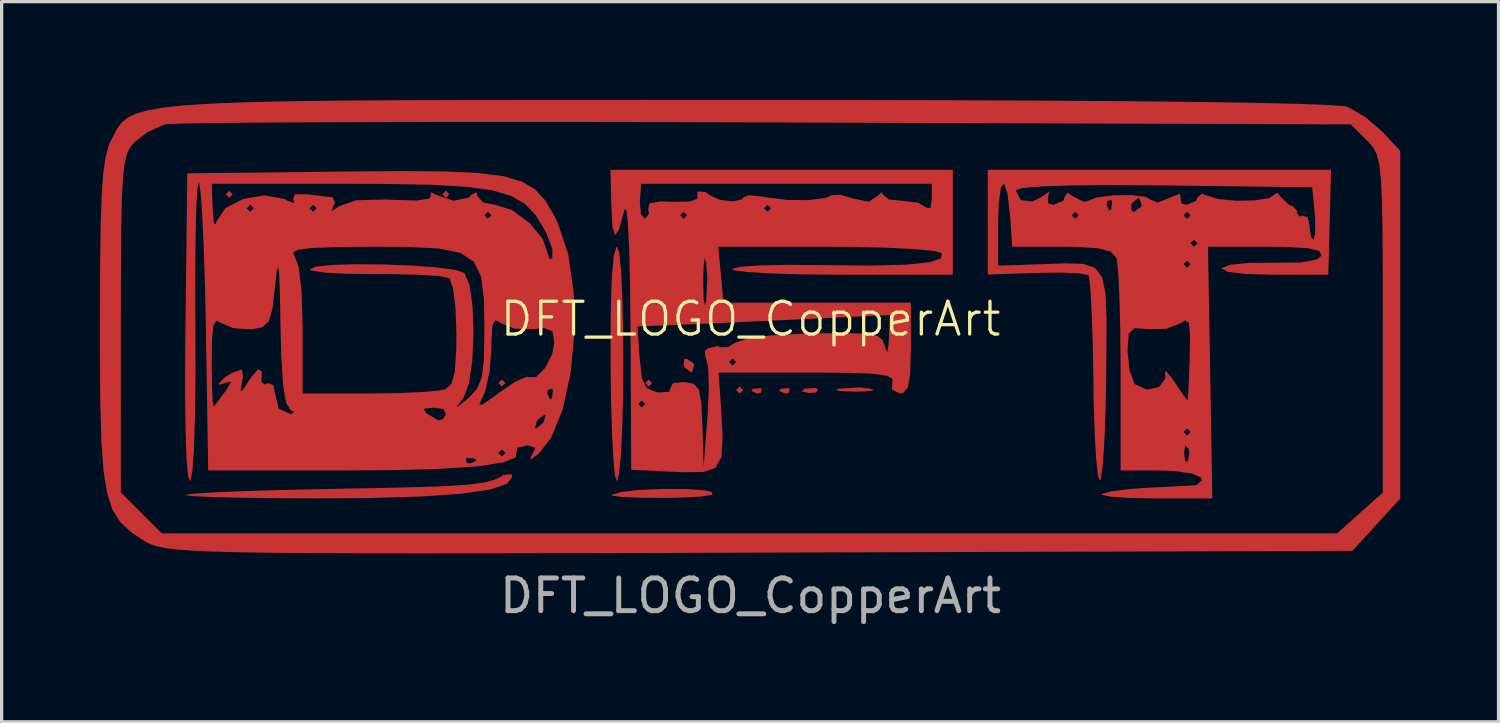
<source format=kicad_pcb>
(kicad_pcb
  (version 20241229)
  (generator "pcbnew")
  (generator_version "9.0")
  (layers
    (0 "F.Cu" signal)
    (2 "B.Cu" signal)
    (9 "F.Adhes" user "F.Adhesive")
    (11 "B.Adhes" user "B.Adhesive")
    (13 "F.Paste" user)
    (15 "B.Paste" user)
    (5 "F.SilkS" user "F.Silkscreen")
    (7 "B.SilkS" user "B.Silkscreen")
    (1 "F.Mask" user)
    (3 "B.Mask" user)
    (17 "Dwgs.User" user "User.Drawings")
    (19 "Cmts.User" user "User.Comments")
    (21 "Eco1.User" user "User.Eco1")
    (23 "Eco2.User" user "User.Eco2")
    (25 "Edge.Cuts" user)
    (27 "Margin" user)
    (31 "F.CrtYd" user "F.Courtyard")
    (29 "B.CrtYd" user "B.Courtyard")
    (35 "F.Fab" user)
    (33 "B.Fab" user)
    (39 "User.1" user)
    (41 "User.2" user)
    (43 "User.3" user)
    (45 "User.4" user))
  (footprint "DFT_LOGO_CopperArt"
    (layer "F.Cu")
    (at 19.865 7.19)
    (property "Reference" "DFT_LOGO_CopperArt" (at 0 -0.5 0) (unlocked yes) (layer "F.SilkS") (effects (font (size 1 1) (thickness 0.1))))
    (attr through_hole)
    (fp_poly (pts (xy -15.81 -4.308) (xy -15.917 -4.201) (xy -16.023 -4.308) (xy -15.917 -4.415)) (stroke (width 0) (type solid)) (fill yes) (layer "F.Cu"))
    (fp_poly (pts (xy -9.193 -4.308) (xy -9.3 -4.201) (xy -9.407 -4.308) (xy -9.3 -4.415)) (stroke (width 0) (type solid)) (fill yes) (layer "F.Cu"))
    (fp_poly (pts (xy -7.486 1.455) (xy -7.592 1.562) (xy -7.699 1.455) (xy -7.592 1.348)) (stroke (width 0) (type solid)) (fill yes) (layer "F.Cu"))
    (fp_poly (pts (xy -3.003 1.455) (xy -3.11 1.562) (xy -3.217 1.455) (xy -3.11 1.348)) (stroke (width 0) (type solid)) (fill yes) (layer "F.Cu"))
    (fp_poly (pts (xy -0.228 1.669) (xy -0.335 1.775) (xy -0.442 1.669) (xy -0.335 1.562)) (stroke (width 0) (type solid)) (fill yes) (layer "F.Cu"))
    (fp_poly (pts (xy 0.341 1.633) (xy 0.312 1.76) (xy 0.199 1.775) (xy 0.023 1.697) (xy 0.056 1.633) (xy 0.31 1.608)) (stroke (width 0) (type solid)) (fill yes) (layer "F.Cu"))
    (fp_poly (pts (xy 1.195 1.633) (xy 1.165 1.76) (xy 1.052 1.775) (xy 0.877 1.697) (xy 0.91 1.633) (xy 1.163 1.608)) (stroke (width 0) (type solid)) (fill yes) (layer "F.Cu"))
    (fp_poly (pts (xy 2.062 1.646) (xy 1.998 1.743) (xy 1.782 1.759) (xy 1.554 1.706) (xy 1.653 1.63) (xy 1.986 1.604)) (stroke (width 0) (type solid)) (fill yes) (layer "F.Cu"))
    (fp_poly (pts (xy -1.731 0.863) (xy -1.722 0.922) (xy -1.795 1.129) (xy -1.817 1.135) (xy -1.999 0.985) (xy -2.043 0.922) (xy -2.026 0.725) (xy -1.949 0.708)) (stroke (width 0) (type solid)) (fill yes) (layer "F.Cu"))
    (fp_poly (pts (xy 3.667 1.625) (xy 3.768 1.678) (xy 3.5 1.711) (xy 3.187 1.717) (xy 2.725 1.701) (xy 2.598 1.658) (xy 2.707 1.625) (xy 3.328 1.589)) (stroke (width 0) (type solid)) (fill yes) (layer "F.Cu"))
    (fp_poly (pts (xy -1.961 4.689) (xy -1.399 4.732) (xy -1.189 4.78) (xy -1.16 4.863) (xy -1.524 4.923) (xy -2.244 4.957) (xy -2.558 4.962) (xy -3.358 4.957) (xy -3.947 4.932) (xy -4.237 4.89) (xy -4.249 4.871) (xy -3.958 4.781) (xy -3.384 4.718) (xy -2.67 4.686)) (stroke (width 0) (type solid)) (fill yes) (layer "F.Cu"))
    (fp_poly (pts (xy -4.007 -2.508) (xy -3.952 -1.967) (xy -3.914 -1.17) (xy -3.891 -0.201) (xy -3.885 0.854) (xy -3.895 1.911) (xy -3.92 2.885) (xy -3.961 3.69) (xy -4.017 4.241) (xy -4.083 4.451) (xy -4.139 4.284) (xy -4.189 3.757) (xy -4.231 2.936) (xy -4.261 1.888) (xy -4.273 0.923) (xy -4.271 -0.583) (xy -4.24 -1.695) (xy -4.182 -2.404) (xy -4.097 -2.699) (xy -4.077 -2.707)) (stroke (width 0) (type solid)) (fill yes) (layer "F.Cu"))
    (fp_poly (pts (xy -7.272 4.314) (xy -7.437 4.532) (xy -7.944 4.705) (xy -8.811 4.833) (xy -10.056 4.919) (xy -11.695 4.966) (xy -13.124 4.976) (xy -14.41 4.971) (xy -15.529 4.957) (xy -16.42 4.936) (xy -17.019 4.908) (xy -17.266 4.876) (xy -17.268 4.87) (xy -17.031 4.834) (xy -16.433 4.795) (xy -15.539 4.757) (xy -14.414 4.722) (xy -13.124 4.693) (xy -12.803 4.687) (xy -11.253 4.658) (xy -10.071 4.629) (xy -9.198 4.595) (xy -8.576 4.552) (xy -8.146 4.494) (xy -7.85 4.418) (xy -7.628 4.318) (xy -7.539 4.265) (xy -7.306 4.23)) (stroke (width 0) (type solid)) (fill yes) (layer "F.Cu"))
    (fp_poly (pts (xy -0.146 -7.189) (xy 3.25 -7.187) (xy 6.337 -7.179) (xy 9.1 -7.167) (xy 11.526 -7.15) (xy 13.601 -7.128) (xy 15.312 -7.102) (xy 16.644 -7.072) (xy 17.584 -7.037) (xy 18.118 -6.999) (xy 18.229 -6.978) (xy 18.765 -6.67) (xy 19.293 -6.218) (xy 19.31 -6.2) (xy 19.836 -5.633) (xy 19.836 -0.325) (xy 19.836 4.983) (xy 19.105 5.781) (xy 18.374 6.578) (xy 0.268 6.632) (xy -2.931 6.642) (xy -5.73 6.649) (xy -8.159 6.654) (xy -10.244 6.655) (xy -12.013 6.653) (xy -13.494 6.647) (xy -14.715 6.636) (xy -15.704 6.619) (xy -16.488 6.597) (xy -17.095 6.568) (xy -17.553 6.533) (xy -17.89 6.49) (xy -18.133 6.439) (xy -18.31 6.379) (xy -18.45 6.31) (xy -18.521 6.268) (xy -18.922 6) (xy -19.235 5.71) (xy -19.47 5.344) (xy -19.638 4.847) (xy -19.751 4.165) (xy -19.819 3.243) (xy -19.853 2.028) (xy -19.865 0.465) (xy -19.865 -0.343) (xy -19.225 -0.343) (xy -19.225 4.796) (xy -18.601 5.42) (xy -17.977 6.044) (xy -0.035 6.044) (xy 17.908 6.044) (xy 18.605 5.422) (xy 19.302 4.799) (xy 19.302 -0.335) (xy 19.301 -1.946) (xy 19.294 -3.184) (xy 19.278 -4.106) (xy 19.246 -4.767) (xy 19.195 -5.221) (xy 19.119 -5.524) (xy 19.014 -5.73) (xy 18.875 -5.896) (xy 18.816 -5.956) (xy 18.33 -6.442) (xy 0.459 -6.502) (xy -2.275 -6.51) (xy -4.894 -6.515) (xy -7.364 -6.516) (xy -9.653 -6.515) (xy -11.728 -6.511) (xy -13.559 -6.505) (xy -15.111 -6.496) (xy -16.353 -6.484) (xy -17.252 -6.47) (xy -17.776 -6.454) (xy -17.896 -6.443) (xy -18.422 -6.2) (xy -18.804 -5.903) (xy -18.936 -5.748) (xy -19.038 -5.544) (xy -19.112 -5.237) (xy -19.164 -4.774) (xy -19.197 -4.098) (xy -19.215 -3.157) (xy -19.223 -1.894) (xy -19.225 -0.343) (xy -19.865 -0.343) (xy -19.865 -0.359) (xy -19.86 -2.02) (xy -19.843 -3.308) (xy -19.811 -4.277) (xy -19.76 -4.981) (xy -19.687 -5.473) (xy -19.59 -5.809) (xy -19.542 -5.916) (xy -19.431 -6.137) (xy -19.326 -6.331) (xy -19.199 -6.5) (xy -19.023 -6.645) (xy -18.77 -6.768) (xy -18.414 -6.871) (xy -17.928 -6.956) (xy -17.284 -7.024) (xy -16.455 -7.078) (xy -15.415 -7.118) (xy -14.136 -7.148) (xy -12.59 -7.168) (xy -10.752 -7.18) (xy -8.594 -7.187) (xy -6.088 -7.189) (xy -3.208 -7.19)) (stroke (width 0) (type solid)) (fill yes) (layer "F.Cu"))
    (fp_poly (pts (xy 6.175 -3.454) (xy 6.175 -1.853) (xy 2.747 -1.853) (xy 1.602 -1.863) (xy 0.633 -1.892) (xy -0.092 -1.935) (xy -0.505 -1.988) (xy -0.572 -2.029) (xy -0.329 -2.092) (xy 0.255 -2.135) (xy 1.093 -2.155) (xy 2.101 -2.148) (xy 2.162 -2.147) (xy 3.659 -2.131) (xy 4.753 -2.159) (xy 5.466 -2.233) (xy 5.818 -2.355) (xy 5.844 -2.511) (xy 5.6 -2.578) (xy 5.004 -2.635) (xy 4.133 -2.678) (xy 3.061 -2.703) (xy 2.368 -2.707) (xy -0.987 -2.707) (xy -0.905 -1.853) (xy -0.824 -0.999) (xy 2.035 -0.999) (xy 4.894 -0.999) (xy 4.894 0.388) (xy 4.875 1.156) (xy 4.805 1.583) (xy 4.661 1.757) (xy 4.551 1.775) (xy 4.309 1.644) (xy 4.331 1.455) (xy 4.329 1.322) (xy 4.161 1.231) (xy 3.766 1.174) (xy 3.082 1.145) (xy 2.048 1.135) (xy 1.739 1.135) (xy -0.975 1.135) (xy -0.904 2.163) (xy -0.851 3.114) (xy -0.888 3.715) (xy -1.068 4.042) (xy -1.443 4.171) (xy -2.067 4.177) (xy -2.309 4.166) (xy -3.643 4.103) (xy -3.654 2.096) (xy -3.43 2.096) (xy -3.323 2.202) (xy -3.217 2.096) (xy -3.323 1.989) (xy -3.43 2.096) (xy -3.654 2.096) (xy -3.665 -0.209) (xy -3.666 -0.274) (xy -3.45 -0.274) (xy -3.387 0.697) (xy -3.316 1.309) (xy -3.164 1.614) (xy -2.867 1.733) (xy -2.819 1.74) (xy -2.48 1.725) (xy -2.444 1.603) (xy -2.368 1.457) (xy -2.041 1.424) (xy -1.745 1.473) (xy -1.581 1.643) (xy -1.504 2.037) (xy -1.471 2.736) (xy -1.432 4.017) (xy -1.31 2.416) (xy -1.275 1.629) (xy -1.292 1.018) (xy -1.333 0.815) (xy -0.655 0.815) (xy -0.549 0.922) (xy -0.442 0.815) (xy -0.549 0.708) (xy -0.655 0.815) (xy -1.333 0.815) (xy -1.357 0.698) (xy -1.372 0.681) (xy -1.397 0.477) (xy -1.304 0.393) (xy -0.999 0.327) (xy -0.927 0.365) (xy -0.685 0.355) (xy -0.489 0.232) (xy -0.11 0.099) (xy 0.626 0) (xy 1.648 -0.056) (xy 1.921 -0.062) (xy 2.883 -0.071) (xy 3.5 -0.053) (xy 3.854 0.01) (xy 4.027 0.132) (xy 4.101 0.33) (xy 4.107 0.36) (xy 4.171 0.519) (xy 4.216 0.266) (xy 4.225 0.097) (xy 4.254 -0.621) (xy 1.212 -0.478) (xy 0.041 -0.424) (xy -1.046 -0.374) (xy -1.943 -0.334) (xy -2.545 -0.308) (xy -2.64 -0.305) (xy -3.45 -0.274) (xy -3.666 -0.274) (xy -3.68 -1.584) (xy -3.681 -1.64) (xy -1.445 -1.64) (xy -1.432 -1.113) (xy -1.397 -0.915) (xy -1.356 -1.053) (xy -1.32 -1.742) (xy -1.356 -2.227) (xy -1.403 -2.359) (xy -1.435 -2.117) (xy -1.445 -1.64) (xy -3.681 -1.64) (xy -3.707 -2.668) (xy -3.745 -3.428) (xy -3.792 -3.831) (xy -3.847 -3.845) (xy -3.854 -3.817) (xy -4.019 -3.224) (xy -4.138 -3.053) (xy -4.214 -3.303) (xy -4.252 -3.977) (xy -4.252 -3.98) (xy -4.255 -4.094) (xy -3.381 -4.094) (xy -3.345 -3.695) (xy -3.221 -3.561) (xy -3.136 -3.668) (xy -2.149 -3.668) (xy -2.043 -3.561) (xy -1.936 -3.668) (xy -2.043 -3.774) (xy -2.149 -3.668) (xy -3.136 -3.668) (xy -3.099 -3.715) (xy -3.126 -3.847) (xy -3.12 -3.881) (xy 0.412 -3.881) (xy 0.519 -3.774) (xy 0.625 -3.881) (xy 0.519 -3.988) (xy 0.412 -3.881) (xy -3.12 -3.881) (xy -3.09 -4.03) (xy -2.744 -4.091) (xy -2.371 -4.079) (xy -1.86 -4.086) (xy -1.623 -4.172) (xy -1.627 -4.219) (xy -1.617 -4.392) (xy -1.395 -4.384) (xy -1.22 -4.268) (xy -0.925 -4.133) (xy -0.534 -4.092) (xy -0.259 -4.156) (xy -0.228 -4.214) (xy -0.047 -4.28) (xy 0.396 -4.235) (xy 0.465 -4.22) (xy 1.117 -4.135) (xy 1.786 -4.13) (xy 2.306 -4.2) (xy 2.486 -4.283) (xy 2.739 -4.293) (xy 3.138 -4.179) (xy 3.611 -4.081) (xy 3.859 -4.246) (xy 4.01 -4.375) (xy 4.037 -4.301) (xy 4.223 -4.15) (xy 4.628 -4.109) (xy 5.114 -4.053) (xy 5.371 -3.903) (xy 5.492 -3.884) (xy 5.531 -4.148) (xy 5.535 -4.628) (xy 1.099 -4.628) (xy -3.337 -4.628) (xy -3.381 -4.094) (xy -4.255 -4.094) (xy -4.276 -5.055) (xy 0.949 -5.055) (xy 6.175 -5.055)) (stroke (width 0) (type solid)) (fill yes) (layer "F.Cu"))
    (fp_poly (pts (xy 17.681 -3.454) (xy 17.639 -1.853) (xy 15.95 -1.853) (xy 15.096 -1.877) (xy 14.556 -1.943) (xy 14.382 -2.046) (xy 14.388 -2.059) (xy 14.651 -2.157) (xy 15.216 -2.215) (xy 15.93 -2.219) (xy 16.809 -2.226) (xy 17.302 -2.32) (xy 17.434 -2.44) (xy 17.364 -2.578) (xy 17.007 -2.663) (xy 16.308 -2.702) (xy 15.744 -2.707) (xy 13.966 -2.708) (xy 14.033 1.135) (xy 14.099 4.977) (xy 12.343 4.977) (xy 11.558 4.963) (xy 10.987 4.924) (xy 10.721 4.868) (xy 10.718 4.846) (xy 10.987 4.765) (xy 11.547 4.692) (xy 12.087 4.653) (xy 12.811 4.617) (xy 13.379 4.586) (xy 13.605 4.571) (xy 13.782 4.433) (xy 13.752 4.337) (xy 13.481 4.218) (xy 12.925 4.14) (xy 12.459 4.123) (xy 11.298 4.123) (xy 11.298 3.572) (xy 13.236 3.572) (xy 13.275 3.849) (xy 13.348 3.852) (xy 13.399 3.566) (xy 13.365 3.443) (xy 13.27 3.362) (xy 13.236 3.572) (xy 11.298 3.572) (xy 11.298 2.949) (xy 13.219 2.949) (xy 13.325 3.056) (xy 13.432 2.949) (xy 13.325 2.843) (xy 13.219 2.949) (xy 11.298 2.949) (xy 11.298 1.046) (xy 11.293 0.489) (xy 11.511 0.489) (xy 11.571 1.067) (xy 11.718 1.465) (xy 11.743 1.495) (xy 12.103 1.655) (xy 12.468 1.577) (xy 12.665 1.322) (xy 12.653 1.167) (xy 12.675 1.08) (xy 12.869 1.311) (xy 12.931 1.402) (xy 13.2 1.8) (xy 13.34 1.987) (xy 13.343 1.989) (xy 13.362 1.795) (xy 13.386 1.289) (xy 13.408 0.676) (xy 13.417 -0.033) (xy 13.379 -0.389) (xy 13.272 -0.463) (xy 13.121 -0.367) (xy 12.684 -0.2) (xy 12.153 -0.191) (xy 11.729 -0.221) (xy 11.55 -0.067) (xy 11.511 0.384) (xy 11.511 0.489) (xy 11.293 0.489) (xy 11.289 -0.08) (xy 11.265 -1.071) (xy 11.23 -1.838) (xy 11.197 -2.173) (xy 13.219 -2.173) (xy 13.325 -2.067) (xy 13.432 -2.173) (xy 13.325 -2.28) (xy 13.219 -2.173) (xy 11.197 -2.173) (xy 11.185 -2.297) (xy 11.168 -2.369) (xy 10.999 -2.555) (xy 10.613 -2.66) (xy 9.924 -2.704) (xy 9.514 -2.707) (xy 7.989 -2.708) (xy 7.982 -2.814) (xy 13.432 -2.814) (xy 13.539 -2.707) (xy 13.646 -2.814) (xy 13.539 -2.92) (xy 13.432 -2.814) (xy 7.982 -2.814) (xy 7.927 -3.613) (xy 7.921 -3.668) (xy 9.804 -3.668) (xy 9.91 -3.561) (xy 10.017 -3.668) (xy 13.219 -3.668) (xy 13.325 -3.561) (xy 13.432 -3.668) (xy 13.325 -3.774) (xy 13.219 -3.668) (xy 10.017 -3.668) (xy 9.91 -3.774) (xy 9.804 -3.668) (xy 7.921 -3.668) (xy 7.845 -4.328) (xy 7.809 -4.431) (xy 8.096 -4.431) (xy 8.252 -4.13) (xy 8.61 -4.09) (xy 8.893 -4.236) (xy 9.127 -4.393) (xy 9.085 -4.254) (xy 9.086 -4.027) (xy 9.257 -3.988) (xy 10.871 -3.988) (xy 10.949 -3.812) (xy 11.013 -3.845) (xy 11.027 -3.988) (xy 11.618 -3.988) (xy 11.635 -3.791) (xy 11.712 -3.774) (xy 11.929 -3.929) (xy 11.938 -3.988) (xy 11.865 -4.196) (xy 11.844 -4.201) (xy 11.662 -4.052) (xy 11.618 -3.988) (xy 11.027 -3.988) (xy 11.039 -4.099) (xy 11.013 -4.13) (xy 10.886 -4.101) (xy 10.871 -3.988) (xy 9.257 -3.988) (xy 9.549 -4.112) (xy 9.59 -4.227) (xy 9.674 -4.358) (xy 9.877 -4.229) (xy 10.171 -4.077) (xy 10.269 -4.097) (xy 10.572 -4.213) (xy 11.086 -4.277) (xy 11.642 -4.284) (xy 12.07 -4.23) (xy 12.204 -4.149) (xy 12.429 -4.055) (xy 12.774 -4.192) (xy 13.107 -4.327) (xy 13.125 -4.222) (xy 13.158 -4.021) (xy 13.313 -3.988) (xy 13.605 -4.106) (xy 13.646 -4.214) (xy 13.782 -4.328) (xy 13.911 -4.276) (xy 14.288 -4.161) (xy 14.839 -4.11) (xy 15.409 -4.122) (xy 15.845 -4.195) (xy 15.997 -4.308) (xy 16.084 -4.355) (xy 16.181 -4.236) (xy 16.447 -3.98) (xy 16.551 -3.948) (xy 16.691 -3.794) (xy 16.682 -3.737) (xy 16.757 -3.627) (xy 16.842 -3.664) (xy 17.015 -3.603) (xy 17.061 -3.36) (xy 17.11 -3.006) (xy 17.182 -2.92) (xy 17.241 -3.108) (xy 17.237 -3.573) (xy 17.225 -3.721) (xy 17.147 -4.521) (xy 12.622 -4.579) (xy 11.061 -4.589) (xy 9.795 -4.578) (xy 8.856 -4.547) (xy 8.279 -4.496) (xy 8.096 -4.431) (xy 7.809 -4.431) (xy 7.742 -4.629) (xy 7.644 -4.524) (xy 7.576 -4.023) (xy 7.56 -3.475) (xy 7.558 -2.13) (xy 8.835 -2.172) (xy 9.605 -2.2) (xy 10.153 -2.184) (xy 10.517 -2.064) (xy 10.734 -1.78) (xy 10.839 -1.271) (xy 10.87 -0.478) (xy 10.863 0.661) (xy 10.859 1.161) (xy 10.839 2.28) (xy 10.802 3.241) (xy 10.753 3.965) (xy 10.694 4.376) (xy 10.666 4.438) (xy 10.605 4.275) (xy 10.55 3.756) (xy 10.505 2.953) (xy 10.474 1.937) (xy 10.467 1.411) (xy 10.448 0.298) (xy 10.418 -0.657) (xy 10.379 -1.376) (xy 10.335 -1.781) (xy 10.316 -1.839) (xy 10.058 -1.892) (xy 9.494 -1.917) (xy 8.745 -1.909) (xy 8.72 -1.909) (xy 7.242 -1.859) (xy 7.242 -3.457) (xy 7.242 -5.055) (xy 12.483 -5.055) (xy 17.723 -5.055)) (stroke (width 0) (type solid)) (fill yes) (layer "F.Cu"))
    (fp_poly (pts (xy -9.327 -5.006) (xy -8.298 -4.958) (xy -7.531 -4.858) (xy -6.974 -4.694) (xy -6.571 -4.453) (xy -6.268 -4.121) (xy -6.01 -3.685) (xy -5.882 -3.426) (xy -5.565 -2.467) (xy -5.4 -1.315) (xy -5.379 -0.076) (xy -5.492 1.148) (xy -5.732 2.25) (xy -6.09 3.128) (xy -6.463 3.605) (xy -6.721 3.796) (xy -6.717 3.721) (xy -6.693 3.689) (xy -6.566 3.431) (xy -6.8 3.361) (xy -6.841 3.361) (xy -7.123 3.432) (xy -7.137 3.529) (xy -7.173 3.725) (xy -7.562 3.88) (xy -8.319 3.996) (xy -9.46 4.073) (xy -10.999 4.115) (xy -12.356 4.123) (xy -16.559 4.123) (xy -16.564 3.768) (xy -8.695 3.768) (xy -8.666 3.894) (xy -8.553 3.91) (xy -8.377 3.832) (xy -8.41 3.768) (xy -8.664 3.742) (xy -8.695 3.768) (xy -16.564 3.768) (xy -16.567 3.59) (xy -7.699 3.59) (xy -7.592 3.696) (xy -7.486 3.59) (xy -7.592 3.483) (xy -7.699 3.59) (xy -16.567 3.59) (xy -16.58 2.829) (xy -6.579 2.829) (xy -6.55 2.843) (xy -6.355 2.692) (xy -6.312 2.629) (xy -6.257 2.43) (xy -6.286 2.416) (xy -6.481 2.566) (xy -6.525 2.629) (xy -6.579 2.829) (xy -16.58 2.829) (xy -16.612 0.824) (xy -16.45 0.824) (xy -16.442 1.532) (xy -16.421 2.02) (xy -16.391 2.186) (xy -16.39 2.184) (xy -16.228 1.963) (xy -16.016 1.681) (xy -15.857 1.415) (xy -15.97 1.427) (xy -16.206 1.509) (xy -16.237 1.475) (xy -16.074 1.298) (xy -15.831 1.146) (xy -15.538 1.039) (xy -15.494 1.241) (xy -15.524 1.406) (xy -15.575 1.708) (xy -15.498 1.665) (xy -15.297 1.348) (xy -15.039 1.032) (xy -14.917 1.106) (xy -14.936 1.418) (xy -14.832 1.498) (xy -14.748 1.458) (xy -14.571 1.516) (xy -14.529 1.727) (xy -14.405 2.235) (xy -14.043 2.4) (xy -14.013 2.399) (xy -13.948 2.328) (xy -14.049 2.274) (xy -14.071 2.239) (xy -9.98 2.239) (xy -9.912 2.362) (xy -9.833 2.416) (xy -9.529 2.597) (xy -9.391 2.556) (xy -9.3 2.416) (xy -9.371 2.254) (xy -9.661 2.206) (xy -9.98 2.239) (xy -14.071 2.239) (xy -14.179 2.063) (xy -14.271 1.528) (xy -14.328 0.63) (xy -14.352 -0.324) (xy -14.37 -1.315) (xy -14.393 -1.902) (xy -14.424 -2.107) (xy -14.465 -1.951) (xy -14.512 -1.533) (xy -14.595 -0.821) (xy -14.705 -0.429) (xy -14.9 -0.252) (xy -15.236 -0.184) (xy -15.236 -0.184) (xy -15.787 -0.218) (xy -16.143 -0.37) (xy -16.306 -0.448) (xy -16.399 -0.3) (xy -16.442 0.146) (xy -16.45 0.824) (xy -16.612 0.824) (xy -16.629 -0.199) (xy -16.657 -1.517) (xy -16.69 -2.529) (xy -13.969 -2.529) (xy -13.932 -2.451) (xy -13.795 -2.086) (xy -13.708 -1.343) (xy -13.675 -0.267) (xy -13.675 -0.21) (xy -13.675 1.775) (xy -11.665 1.775) (xy -10.748 1.762) (xy -9.971 1.727) (xy -9.447 1.675) (xy -9.317 1.646) (xy -9.134 1.48) (xy -9.029 1.102) (xy -8.984 0.426) (xy -8.98 -0.049) (xy -9.008 -0.829) (xy -9.082 -1.432) (xy -9.187 -1.74) (xy -9.201 -1.751) (xy -9.5 -1.809) (xy -10.119 -1.851) (xy -10.951 -1.872) (xy -11.442 -1.872) (xy -12.312 -1.881) (xy -12.993 -1.917) (xy -13.394 -1.975) (xy -13.462 -2.015) (xy -13.267 -2.1) (xy -12.75 -2.152) (xy -12.016 -2.173) (xy -11.168 -2.165) (xy -10.312 -2.131) (xy -9.55 -2.074) (xy -8.986 -1.995) (xy -8.733 -1.905) (xy -8.576 -1.527) (xy -8.485 -0.864) (xy -8.459 -0.053) (xy -8.496 0.769) (xy -8.597 1.465) (xy -8.759 1.898) (xy -8.762 1.902) (xy -8.965 2.172) (xy -8.914 2.163) (xy -8.84 2.101) (xy -8.281 2.101) (xy -8.204 2.123) (xy -7.873 1.896) (xy -7.714 1.775) (xy -6.205 1.775) (xy -6.127 1.951) (xy -6.063 1.918) (xy -6.037 1.664) (xy -6.063 1.633) (xy -6.189 1.662) (xy -6.205 1.775) (xy -7.714 1.775) (xy -7.654 1.73) (xy -7.175 1.409) (xy -6.843 1.266) (xy -6.775 1.276) (xy -6.546 1.272) (xy -6.274 0.996) (xy -6.058 0.578) (xy -5.991 0.227) (xy -6.047 -0.125) (xy -6.301 -0.223) (xy -6.634 -0.191) (xy -7.198 -0.205) (xy -7.594 -0.361) (xy -7.786 -0.465) (xy -7.881 -0.311) (xy -7.911 0.176) (xy -7.912 0.376) (xy -7.965 1.088) (xy -8.097 1.689) (xy -8.161 1.842) (xy -8.281 2.101) (xy -8.84 2.101) (xy -8.602 1.902) (xy -8.355 1.638) (xy -8.21 1.294) (xy -8.143 0.757) (xy -8.126 -0.087) (xy -8.126 -0.131) (xy -8.141 -1.1) (xy -8.226 -1.789) (xy -8.445 -2.246) (xy -8.859 -2.519) (xy -9.53 -2.655) (xy -10.52 -2.702) (xy -11.489 -2.707) (xy -12.63 -2.698) (xy -13.391 -2.669) (xy -13.822 -2.614) (xy -13.969 -2.529) (xy -16.69 -2.529) (xy -16.695 -2.688) (xy -16.74 -3.646) (xy -16.787 -4.323) (xy -16.831 -4.628) (xy -16.45 -4.628) (xy -16.421 -3.828) (xy -16.385 -3.428) (xy -16.327 -3.391) (xy -16.302 -3.486) (xy -16.18 -3.668) (xy -8.126 -3.668) (xy -8.019 -3.561) (xy -7.912 -3.668) (xy -8.019 -3.774) (xy -8.126 -3.668) (xy -16.18 -3.668) (xy -16.036 -3.881) (xy -15.383 -3.881) (xy -15.276 -3.774) (xy -15.17 -3.881) (xy -13.462 -3.881) (xy -13.355 -3.774) (xy -13.249 -3.881) (xy -13.355 -3.988) (xy -13.462 -3.881) (xy -15.17 -3.881) (xy -15.276 -3.988) (xy -15.383 -3.881) (xy -16.036 -3.881) (xy -16.03 -3.889) (xy -15.494 -4.166) (xy -14.847 -4.274) (xy -14.245 -4.17) (xy -14.118 -4.104) (xy -13.923 -4.036) (xy -13.966 -4.154) (xy -13.916 -4.31) (xy -13.519 -4.308) (xy -13.025 -4.246) (xy -12.756 -4.216) (xy -12.688 -4.061) (xy -12.743 -3.934) (xy -12.793 -3.788) (xy -12.569 -3.939) (xy -12.56 -3.946) (xy -12.047 -4.125) (xy -11.139 -4.151) (xy -10.925 -4.139) (xy -10.174 -4.119) (xy -9.797 -4.181) (xy -9.767 -4.267) (xy -9.762 -4.373) (xy -9.6 -4.293) (xy -9.067 -4.112) (xy -8.614 -4.204) (xy -8.503 -4.308) (xy -8.363 -4.37) (xy -8.343 -4.254) (xy -8.157 -4.055) (xy -7.795 -3.988) (xy -7.282 -3.827) (xy -6.749 -3.435) (xy -6.343 -2.943) (xy -6.205 -2.534) (xy -6.131 -2.328) (xy -6.054 -2.36) (xy -6.049 -2.625) (xy -6.223 -3.096) (xy -6.295 -3.238) (xy -6.566 -3.676) (xy -6.885 -4.012) (xy -7.31 -4.259) (xy -7.897 -4.431) (xy -8.704 -4.54) (xy -9.787 -4.6) (xy -11.206 -4.625) (xy -12.267 -4.628) (xy -16.45 -4.628) (xy -16.831 -4.628) (xy -16.835 -4.655) (xy -16.845 -4.674) (xy -16.885 -4.517) (xy -16.918 -3.992) (xy -16.941 -3.158) (xy -16.954 -2.075) (xy -16.954 -0.8) (xy -16.95 -0.247) (xy -16.946 1.218) (xy -16.961 2.471) (xy -16.993 3.461) (xy -17.04 4.136) (xy -17.1 4.444) (xy -17.11 4.455) (xy -17.174 4.292) (xy -17.222 3.735) (xy -17.252 2.815) (xy -17.264 1.566) (xy -17.256 0.02) (xy -17.254 -0.184) (xy -17.197 -4.948) (xy -12.395 -5.003) (xy -10.675 -5.017)) (stroke (width 0) (type solid)) (fill yes) (layer "F.Cu"))
    (fp_poly (pts (xy -15.81 -4.308) (xy -15.917 -4.201) (xy -16.023 -4.308) (xy -15.917 -4.415)) (stroke (width 0) (type solid)) (fill yes) (layer "F.Mask"))
    (fp_poly (pts (xy -9.193 -4.308) (xy -9.3 -4.201) (xy -9.407 -4.308) (xy -9.3 -4.415)) (stroke (width 0) (type solid)) (fill yes) (layer "F.Mask"))
    (fp_poly (pts (xy -7.486 1.455) (xy -7.592 1.562) (xy -7.699 1.455) (xy -7.592 1.348)) (stroke (width 0) (type solid)) (fill yes) (layer "F.Mask"))
    (fp_poly (pts (xy -3.003 1.455) (xy -3.11 1.562) (xy -3.217 1.455) (xy -3.11 1.348)) (stroke (width 0) (type solid)) (fill yes) (layer "F.Mask"))
    (fp_poly (pts (xy -0.228 1.669) (xy -0.335 1.775) (xy -0.442 1.669) (xy -0.335 1.562)) (stroke (width 0) (type solid)) (fill yes) (layer "F.Mask"))
    (fp_poly (pts (xy 0.341 1.633) (xy 0.312 1.76) (xy 0.199 1.775) (xy 0.023 1.697) (xy 0.056 1.633) (xy 0.31 1.608)) (stroke (width 0) (type solid)) (fill yes) (layer "F.Mask"))
    (fp_poly (pts (xy 1.195 1.633) (xy 1.165 1.76) (xy 1.052 1.775) (xy 0.877 1.697) (xy 0.91 1.633) (xy 1.163 1.608)) (stroke (width 0) (type solid)) (fill yes) (layer "F.Mask"))
    (fp_poly (pts (xy 2.062 1.646) (xy 1.998 1.743) (xy 1.782 1.759) (xy 1.554 1.706) (xy 1.653 1.63) (xy 1.986 1.604)) (stroke (width 0) (type solid)) (fill yes) (layer "F.Mask"))
    (fp_poly (pts (xy -1.731 0.863) (xy -1.722 0.922) (xy -1.795 1.129) (xy -1.817 1.135) (xy -1.999 0.985) (xy -2.043 0.922) (xy -2.026 0.725) (xy -1.949 0.708)) (stroke (width 0) (type solid)) (fill yes) (layer "F.Mask"))
    (fp_poly (pts (xy 3.667 1.625) (xy 3.768 1.678) (xy 3.5 1.711) (xy 3.187 1.717) (xy 2.725 1.701) (xy 2.598 1.658) (xy 2.707 1.625) (xy 3.328 1.589)) (stroke (width 0) (type solid)) (fill yes) (layer "F.Mask"))
    (fp_poly (pts (xy -1.961 4.689) (xy -1.399 4.732) (xy -1.189 4.78) (xy -1.16 4.863) (xy -1.524 4.923) (xy -2.244 4.957) (xy -2.558 4.962) (xy -3.358 4.957) (xy -3.947 4.932) (xy -4.237 4.89) (xy -4.249 4.871) (xy -3.958 4.781) (xy -3.384 4.718) (xy -2.67 4.686)) (stroke (width 0) (type solid)) (fill yes) (layer "F.Mask"))
    (fp_poly (pts (xy -4.007 -2.508) (xy -3.952 -1.967) (xy -3.914 -1.17) (xy -3.891 -0.201) (xy -3.885 0.854) (xy -3.895 1.911) (xy -3.92 2.885) (xy -3.961 3.69) (xy -4.017 4.241) (xy -4.083 4.451) (xy -4.139 4.284) (xy -4.189 3.757) (xy -4.231 2.936) (xy -4.261 1.888) (xy -4.273 0.923) (xy -4.271 -0.583) (xy -4.24 -1.695) (xy -4.182 -2.404) (xy -4.097 -2.699) (xy -4.077 -2.707)) (stroke (width 0) (type solid)) (fill yes) (layer "F.Mask"))
    (fp_poly (pts (xy -7.272 4.314) (xy -7.437 4.532) (xy -7.944 4.705) (xy -8.811 4.833) (xy -10.056 4.919) (xy -11.695 4.966) (xy -13.124 4.976) (xy -14.41 4.971) (xy -15.529 4.957) (xy -16.42 4.936) (xy -17.019 4.908) (xy -17.266 4.876) (xy -17.268 4.87) (xy -17.031 4.834) (xy -16.433 4.795) (xy -15.539 4.757) (xy -14.414 4.722) (xy -13.124 4.693) (xy -12.803 4.687) (xy -11.253 4.658) (xy -10.071 4.629) (xy -9.198 4.595) (xy -8.576 4.552) (xy -8.146 4.494) (xy -7.85 4.418) (xy -7.628 4.318) (xy -7.539 4.265) (xy -7.306 4.23)) (stroke (width 0) (type solid)) (fill yes) (layer "F.Mask"))
    (fp_poly (pts (xy -0.146 -7.189) (xy 3.25 -7.187) (xy 6.337 -7.179) (xy 9.1 -7.167) (xy 11.526 -7.15) (xy 13.601 -7.128) (xy 15.312 -7.102) (xy 16.644 -7.072) (xy 17.584 -7.037) (xy 18.118 -6.999) (xy 18.229 -6.978) (xy 18.765 -6.67) (xy 19.293 -6.218) (xy 19.31 -6.2) (xy 19.836 -5.633) (xy 19.836 -0.325) (xy 19.836 4.983) (xy 19.105 5.781) (xy 18.374 6.578) (xy 0.268 6.632) (xy -2.931 6.642) (xy -5.73 6.649) (xy -8.159 6.654) (xy -10.244 6.655) (xy -12.013 6.653) (xy -13.494 6.647) (xy -14.715 6.636) (xy -15.704 6.619) (xy -16.488 6.597) (xy -17.095 6.568) (xy -17.553 6.533) (xy -17.89 6.49) (xy -18.133 6.439) (xy -18.31 6.379) (xy -18.45 6.31) (xy -18.521 6.268) (xy -18.922 6) (xy -19.235 5.71) (xy -19.47 5.344) (xy -19.638 4.847) (xy -19.751 4.165) (xy -19.819 3.243) (xy -19.853 2.028) (xy -19.865 0.465) (xy -19.865 -0.343) (xy -19.225 -0.343) (xy -19.225 4.796) (xy -18.601 5.42) (xy -17.977 6.044) (xy -0.035 6.044) (xy 17.908 6.044) (xy 18.605 5.422) (xy 19.302 4.799) (xy 19.302 -0.335) (xy 19.301 -1.946) (xy 19.294 -3.184) (xy 19.278 -4.106) (xy 19.246 -4.767) (xy 19.195 -5.221) (xy 19.119 -5.524) (xy 19.014 -5.73) (xy 18.875 -5.896) (xy 18.816 -5.956) (xy 18.33 -6.442) (xy 0.459 -6.502) (xy -2.275 -6.51) (xy -4.894 -6.515) (xy -7.364 -6.516) (xy -9.653 -6.515) (xy -11.728 -6.511) (xy -13.559 -6.505) (xy -15.111 -6.496) (xy -16.353 -6.484) (xy -17.252 -6.47) (xy -17.776 -6.454) (xy -17.896 -6.443) (xy -18.422 -6.2) (xy -18.804 -5.903) (xy -18.936 -5.748) (xy -19.038 -5.544) (xy -19.112 -5.237) (xy -19.164 -4.774) (xy -19.197 -4.098) (xy -19.215 -3.157) (xy -19.223 -1.894) (xy -19.225 -0.343) (xy -19.865 -0.343) (xy -19.865 -0.359) (xy -19.86 -2.02) (xy -19.843 -3.308) (xy -19.811 -4.277) (xy -19.76 -4.981) (xy -19.687 -5.473) (xy -19.59 -5.809) (xy -19.542 -5.916) (xy -19.431 -6.137) (xy -19.326 -6.331) (xy -19.199 -6.5) (xy -19.023 -6.645) (xy -18.77 -6.768) (xy -18.414 -6.871) (xy -17.928 -6.956) (xy -17.284 -7.024) (xy -16.455 -7.078) (xy -15.415 -7.118) (xy -14.136 -7.148) (xy -12.59 -7.168) (xy -10.752 -7.18) (xy -8.594 -7.187) (xy -6.088 -7.189) (xy -3.208 -7.19)) (stroke (width 0) (type solid)) (fill yes) (layer "F.Mask"))
    (fp_poly (pts (xy 6.175 -3.454) (xy 6.175 -1.853) (xy 2.747 -1.853) (xy 1.602 -1.863) (xy 0.633 -1.892) (xy -0.092 -1.935) (xy -0.505 -1.988) (xy -0.572 -2.029) (xy -0.329 -2.092) (xy 0.255 -2.135) (xy 1.093 -2.155) (xy 2.101 -2.148) (xy 2.162 -2.147) (xy 3.659 -2.131) (xy 4.753 -2.159) (xy 5.466 -2.233) (xy 5.818 -2.355) (xy 5.844 -2.511) (xy 5.6 -2.578) (xy 5.004 -2.635) (xy 4.133 -2.678) (xy 3.061 -2.703) (xy 2.368 -2.707) (xy -0.987 -2.707) (xy -0.905 -1.853) (xy -0.824 -0.999) (xy 2.035 -0.999) (xy 4.894 -0.999) (xy 4.894 0.388) (xy 4.875 1.156) (xy 4.805 1.583) (xy 4.661 1.757) (xy 4.551 1.775) (xy 4.309 1.644) (xy 4.331 1.455) (xy 4.329 1.322) (xy 4.161 1.231) (xy 3.766 1.174) (xy 3.082 1.145) (xy 2.048 1.135) (xy 1.739 1.135) (xy -0.975 1.135) (xy -0.904 2.163) (xy -0.851 3.114) (xy -0.888 3.715) (xy -1.068 4.042) (xy -1.443 4.171) (xy -2.067 4.177) (xy -2.309 4.166) (xy -3.643 4.103) (xy -3.654 2.096) (xy -3.43 2.096) (xy -3.323 2.202) (xy -3.217 2.096) (xy -3.323 1.989) (xy -3.43 2.096) (xy -3.654 2.096) (xy -3.665 -0.209) (xy -3.666 -0.274) (xy -3.45 -0.274) (xy -3.387 0.697) (xy -3.316 1.309) (xy -3.164 1.614) (xy -2.867 1.733) (xy -2.819 1.74) (xy -2.48 1.725) (xy -2.444 1.603) (xy -2.368 1.457) (xy -2.041 1.424) (xy -1.745 1.473) (xy -1.581 1.643) (xy -1.504 2.037) (xy -1.471 2.736) (xy -1.432 4.017) (xy -1.31 2.416) (xy -1.275 1.629) (xy -1.292 1.018) (xy -1.333 0.815) (xy -0.655 0.815) (xy -0.549 0.922) (xy -0.442 0.815) (xy -0.549 0.708) (xy -0.655 0.815) (xy -1.333 0.815) (xy -1.357 0.698) (xy -1.372 0.681) (xy -1.397 0.477) (xy -1.304 0.393) (xy -0.999 0.327) (xy -0.927 0.365) (xy -0.685 0.355) (xy -0.489 0.232) (xy -0.11 0.099) (xy 0.626 0) (xy 1.648 -0.056) (xy 1.921 -0.062) (xy 2.883 -0.071) (xy 3.5 -0.053) (xy 3.854 0.01) (xy 4.027 0.132) (xy 4.101 0.33) (xy 4.107 0.36) (xy 4.171 0.519) (xy 4.216 0.266) (xy 4.225 0.097) (xy 4.254 -0.621) (xy 1.212 -0.478) (xy 0.041 -0.424) (xy -1.046 -0.374) (xy -1.943 -0.334) (xy -2.545 -0.308) (xy -2.64 -0.305) (xy -3.45 -0.274) (xy -3.666 -0.274) (xy -3.68 -1.584) (xy -3.681 -1.64) (xy -1.445 -1.64) (xy -1.432 -1.113) (xy -1.397 -0.915) (xy -1.356 -1.053) (xy -1.32 -1.742) (xy -1.356 -2.227) (xy -1.403 -2.359) (xy -1.435 -2.117) (xy -1.445 -1.64) (xy -3.681 -1.64) (xy -3.707 -2.668) (xy -3.745 -3.428) (xy -3.792 -3.831) (xy -3.847 -3.845) (xy -3.854 -3.817) (xy -4.019 -3.224) (xy -4.138 -3.053) (xy -4.214 -3.303) (xy -4.252 -3.977) (xy -4.252 -3.98) (xy -4.255 -4.094) (xy -3.381 -4.094) (xy -3.345 -3.695) (xy -3.221 -3.561) (xy -3.136 -3.668) (xy -2.149 -3.668) (xy -2.043 -3.561) (xy -1.936 -3.668) (xy -2.043 -3.774) (xy -2.149 -3.668) (xy -3.136 -3.668) (xy -3.099 -3.715) (xy -3.126 -3.847) (xy -3.12 -3.881) (xy 0.412 -3.881) (xy 0.519 -3.774) (xy 0.625 -3.881) (xy 0.519 -3.988) (xy 0.412 -3.881) (xy -3.12 -3.881) (xy -3.09 -4.03) (xy -2.744 -4.091) (xy -2.371 -4.079) (xy -1.86 -4.086) (xy -1.623 -4.172) (xy -1.627 -4.219) (xy -1.617 -4.392) (xy -1.395 -4.384) (xy -1.22 -4.268) (xy -0.925 -4.133) (xy -0.534 -4.092) (xy -0.259 -4.156) (xy -0.228 -4.214) (xy -0.047 -4.28) (xy 0.396 -4.235) (xy 0.465 -4.22) (xy 1.117 -4.135) (xy 1.786 -4.13) (xy 2.306 -4.2) (xy 2.486 -4.283) (xy 2.739 -4.293) (xy 3.138 -4.179) (xy 3.611 -4.081) (xy 3.859 -4.246) (xy 4.01 -4.375) (xy 4.037 -4.301) (xy 4.223 -4.15) (xy 4.628 -4.109) (xy 5.114 -4.053) (xy 5.371 -3.903) (xy 5.492 -3.884) (xy 5.531 -4.148) (xy 5.535 -4.628) (xy 1.099 -4.628) (xy -3.337 -4.628) (xy -3.381 -4.094) (xy -4.255 -4.094) (xy -4.276 -5.055) (xy 0.949 -5.055) (xy 6.175 -5.055)) (stroke (width 0) (type solid)) (fill yes) (layer "F.Mask"))
    (fp_poly (pts (xy 17.681 -3.454) (xy 17.639 -1.853) (xy 15.95 -1.853) (xy 15.096 -1.877) (xy 14.556 -1.943) (xy 14.382 -2.046) (xy 14.388 -2.059) (xy 14.651 -2.157) (xy 15.216 -2.215) (xy 15.93 -2.219) (xy 16.809 -2.226) (xy 17.302 -2.32) (xy 17.434 -2.44) (xy 17.364 -2.578) (xy 17.007 -2.663) (xy 16.308 -2.702) (xy 15.744 -2.707) (xy 13.966 -2.708) (xy 14.033 1.135) (xy 14.099 4.977) (xy 12.343 4.977) (xy 11.558 4.963) (xy 10.987 4.924) (xy 10.721 4.868) (xy 10.718 4.846) (xy 10.987 4.765) (xy 11.547 4.692) (xy 12.087 4.653) (xy 12.811 4.617) (xy 13.379 4.586) (xy 13.605 4.571) (xy 13.782 4.433) (xy 13.752 4.337) (xy 13.481 4.218) (xy 12.925 4.14) (xy 12.459 4.123) (xy 11.298 4.123) (xy 11.298 3.572) (xy 13.236 3.572) (xy 13.275 3.849) (xy 13.348 3.852) (xy 13.399 3.566) (xy 13.365 3.443) (xy 13.27 3.362) (xy 13.236 3.572) (xy 11.298 3.572) (xy 11.298 2.949) (xy 13.219 2.949) (xy 13.325 3.056) (xy 13.432 2.949) (xy 13.325 2.843) (xy 13.219 2.949) (xy 11.298 2.949) (xy 11.298 1.046) (xy 11.293 0.489) (xy 11.511 0.489) (xy 11.571 1.067) (xy 11.718 1.465) (xy 11.743 1.495) (xy 12.103 1.655) (xy 12.468 1.577) (xy 12.665 1.322) (xy 12.653 1.167) (xy 12.675 1.08) (xy 12.869 1.311) (xy 12.931 1.402) (xy 13.2 1.8) (xy 13.34 1.987) (xy 13.343 1.989) (xy 13.362 1.795) (xy 13.386 1.289) (xy 13.408 0.676) (xy 13.417 -0.033) (xy 13.379 -0.389) (xy 13.272 -0.463) (xy 13.121 -0.367) (xy 12.684 -0.2) (xy 12.153 -0.191) (xy 11.729 -0.221) (xy 11.55 -0.067) (xy 11.511 0.384) (xy 11.511 0.489) (xy 11.293 0.489) (xy 11.289 -0.08) (xy 11.265 -1.071) (xy 11.23 -1.838) (xy 11.197 -2.173) (xy 13.219 -2.173) (xy 13.325 -2.067) (xy 13.432 -2.173) (xy 13.325 -2.28) (xy 13.219 -2.173) (xy 11.197 -2.173) (xy 11.185 -2.297) (xy 11.168 -2.369) (xy 10.999 -2.555) (xy 10.613 -2.66) (xy 9.924 -2.704) (xy 9.514 -2.707) (xy 7.989 -2.708) (xy 7.982 -2.814) (xy 13.432 -2.814) (xy 13.539 -2.707) (xy 13.646 -2.814) (xy 13.539 -2.92) (xy 13.432 -2.814) (xy 7.982 -2.814) (xy 7.927 -3.613) (xy 7.921 -3.668) (xy 9.804 -3.668) (xy 9.91 -3.561) (xy 10.017 -3.668) (xy 13.219 -3.668) (xy 13.325 -3.561) (xy 13.432 -3.668) (xy 13.325 -3.774) (xy 13.219 -3.668) (xy 10.017 -3.668) (xy 9.91 -3.774) (xy 9.804 -3.668) (xy 7.921 -3.668) (xy 7.845 -4.328) (xy 7.809 -4.431) (xy 8.096 -4.431) (xy 8.252 -4.13) (xy 8.61 -4.09) (xy 8.893 -4.236) (xy 9.127 -4.393) (xy 9.085 -4.254) (xy 9.086 -4.027) (xy 9.257 -3.988) (xy 10.871 -3.988) (xy 10.949 -3.812) (xy 11.013 -3.845) (xy 11.027 -3.988) (xy 11.618 -3.988) (xy 11.635 -3.791) (xy 11.712 -3.774) (xy 11.929 -3.929) (xy 11.938 -3.988) (xy 11.865 -4.196) (xy 11.844 -4.201) (xy 11.662 -4.052) (xy 11.618 -3.988) (xy 11.027 -3.988) (xy 11.039 -4.099) (xy 11.013 -4.13) (xy 10.886 -4.101) (xy 10.871 -3.988) (xy 9.257 -3.988) (xy 9.549 -4.112) (xy 9.59 -4.227) (xy 9.674 -4.358) (xy 9.877 -4.229) (xy 10.171 -4.077) (xy 10.269 -4.097) (xy 10.572 -4.213) (xy 11.086 -4.277) (xy 11.642 -4.284) (xy 12.07 -4.23) (xy 12.204 -4.149) (xy 12.429 -4.055) (xy 12.774 -4.192) (xy 13.107 -4.327) (xy 13.125 -4.222) (xy 13.158 -4.021) (xy 13.313 -3.988) (xy 13.605 -4.106) (xy 13.646 -4.214) (xy 13.782 -4.328) (xy 13.911 -4.276) (xy 14.288 -4.161) (xy 14.839 -4.11) (xy 15.409 -4.122) (xy 15.845 -4.195) (xy 15.997 -4.308) (xy 16.084 -4.355) (xy 16.181 -4.236) (xy 16.447 -3.98) (xy 16.551 -3.948) (xy 16.691 -3.794) (xy 16.682 -3.737) (xy 16.757 -3.627) (xy 16.842 -3.664) (xy 17.015 -3.603) (xy 17.061 -3.36) (xy 17.11 -3.006) (xy 17.182 -2.92) (xy 17.241 -3.108) (xy 17.237 -3.573) (xy 17.225 -3.721) (xy 17.147 -4.521) (xy 12.622 -4.579) (xy 11.061 -4.589) (xy 9.795 -4.578) (xy 8.856 -4.547) (xy 8.279 -4.496) (xy 8.096 -4.431) (xy 7.809 -4.431) (xy 7.742 -4.629) (xy 7.644 -4.524) (xy 7.576 -4.023) (xy 7.56 -3.475) (xy 7.558 -2.13) (xy 8.835 -2.172) (xy 9.605 -2.2) (xy 10.153 -2.184) (xy 10.517 -2.064) (xy 10.734 -1.78) (xy 10.839 -1.271) (xy 10.87 -0.478) (xy 10.863 0.661) (xy 10.859 1.161) (xy 10.839 2.28) (xy 10.802 3.241) (xy 10.753 3.965) (xy 10.694 4.376) (xy 10.666 4.438) (xy 10.605 4.275) (xy 10.55 3.756) (xy 10.505 2.953) (xy 10.474 1.937) (xy 10.467 1.411) (xy 10.448 0.298) (xy 10.418 -0.657) (xy 10.379 -1.376) (xy 10.335 -1.781) (xy 10.316 -1.839) (xy 10.058 -1.892) (xy 9.494 -1.917) (xy 8.745 -1.909) (xy 8.72 -1.909) (xy 7.242 -1.859) (xy 7.242 -3.457) (xy 7.242 -5.055) (xy 12.483 -5.055) (xy 17.723 -5.055)) (stroke (width 0) (type solid)) (fill yes) (layer "F.Mask"))
    (fp_poly (pts (xy -9.327 -5.006) (xy -8.298 -4.958) (xy -7.531 -4.858) (xy -6.974 -4.694) (xy -6.571 -4.453) (xy -6.268 -4.121) (xy -6.01 -3.685) (xy -5.882 -3.426) (xy -5.565 -2.467) (xy -5.4 -1.315) (xy -5.379 -0.076) (xy -5.492 1.148) (xy -5.732 2.25) (xy -6.09 3.128) (xy -6.463 3.605) (xy -6.721 3.796) (xy -6.717 3.721) (xy -6.693 3.689) (xy -6.566 3.431) (xy -6.8 3.361) (xy -6.841 3.361) (xy -7.123 3.432) (xy -7.137 3.529) (xy -7.173 3.725) (xy -7.562 3.88) (xy -8.319 3.996) (xy -9.46 4.073) (xy -10.999 4.115) (xy -12.356 4.123) (xy -16.559 4.123) (xy -16.564 3.768) (xy -8.695 3.768) (xy -8.666 3.894) (xy -8.553 3.91) (xy -8.377 3.832) (xy -8.41 3.768) (xy -8.664 3.742) (xy -8.695 3.768) (xy -16.564 3.768) (xy -16.567 3.59) (xy -7.699 3.59) (xy -7.592 3.696) (xy -7.486 3.59) (xy -7.592 3.483) (xy -7.699 3.59) (xy -16.567 3.59) (xy -16.58 2.829) (xy -6.579 2.829) (xy -6.55 2.843) (xy -6.355 2.692) (xy -6.312 2.629) (xy -6.257 2.43) (xy -6.286 2.416) (xy -6.481 2.566) (xy -6.525 2.629) (xy -6.579 2.829) (xy -16.58 2.829) (xy -16.612 0.824) (xy -16.45 0.824) (xy -16.442 1.532) (xy -16.421 2.02) (xy -16.391 2.186) (xy -16.39 2.184) (xy -16.228 1.963) (xy -16.016 1.681) (xy -15.857 1.415) (xy -15.97 1.427) (xy -16.206 1.509) (xy -16.237 1.475) (xy -16.074 1.298) (xy -15.831 1.146) (xy -15.538 1.039) (xy -15.494 1.241) (xy -15.524 1.406) (xy -15.575 1.708) (xy -15.498 1.665) (xy -15.297 1.348) (xy -15.039 1.032) (xy -14.917 1.106) (xy -14.936 1.418) (xy -14.832 1.498) (xy -14.748 1.458) (xy -14.571 1.516) (xy -14.529 1.727) (xy -14.405 2.235) (xy -14.043 2.4) (xy -14.013 2.399) (xy -13.948 2.328) (xy -14.049 2.274) (xy -14.071 2.239) (xy -9.98 2.239) (xy -9.912 2.362) (xy -9.833 2.416) (xy -9.529 2.597) (xy -9.391 2.556) (xy -9.3 2.416) (xy -9.371 2.254) (xy -9.661 2.206) (xy -9.98 2.239) (xy -14.071 2.239) (xy -14.179 2.063) (xy -14.271 1.528) (xy -14.328 0.63) (xy -14.352 -0.324) (xy -14.37 -1.315) (xy -14.393 -1.902) (xy -14.424 -2.107) (xy -14.465 -1.951) (xy -14.512 -1.533) (xy -14.595 -0.821) (xy -14.705 -0.429) (xy -14.9 -0.252) (xy -15.236 -0.184) (xy -15.236 -0.184) (xy -15.787 -0.218) (xy -16.143 -0.37) (xy -16.306 -0.448) (xy -16.399 -0.3) (xy -16.442 0.146) (xy -16.45 0.824) (xy -16.612 0.824) (xy -16.629 -0.199) (xy -16.657 -1.517) (xy -16.69 -2.529) (xy -13.969 -2.529) (xy -13.932 -2.451) (xy -13.795 -2.086) (xy -13.708 -1.343) (xy -13.675 -0.267) (xy -13.675 -0.21) (xy -13.675 1.775) (xy -11.665 1.775) (xy -10.748 1.762) (xy -9.971 1.727) (xy -9.447 1.675) (xy -9.317 1.646) (xy -9.134 1.48) (xy -9.029 1.102) (xy -8.984 0.426) (xy -8.98 -0.049) (xy -9.008 -0.829) (xy -9.082 -1.432) (xy -9.187 -1.74) (xy -9.201 -1.751) (xy -9.5 -1.809) (xy -10.119 -1.851) (xy -10.951 -1.872) (xy -11.442 -1.872) (xy -12.312 -1.881) (xy -12.993 -1.917) (xy -13.394 -1.975) (xy -13.462 -2.015) (xy -13.267 -2.1) (xy -12.75 -2.152) (xy -12.016 -2.173) (xy -11.168 -2.165) (xy -10.312 -2.131) (xy -9.55 -2.074) (xy -8.986 -1.995) (xy -8.733 -1.905) (xy -8.576 -1.527) (xy -8.485 -0.864) (xy -8.459 -0.053) (xy -8.496 0.769) (xy -8.597 1.465) (xy -8.759 1.898) (xy -8.762 1.902) (xy -8.965 2.172) (xy -8.914 2.163) (xy -8.84 2.101) (xy -8.281 2.101) (xy -8.204 2.123) (xy -7.873 1.896) (xy -7.714 1.775) (xy -6.205 1.775) (xy -6.127 1.951) (xy -6.063 1.918) (xy -6.037 1.664) (xy -6.063 1.633) (xy -6.189 1.662) (xy -6.205 1.775) (xy -7.714 1.775) (xy -7.654 1.73) (xy -7.175 1.409) (xy -6.843 1.266) (xy -6.775 1.276) (xy -6.546 1.272) (xy -6.274 0.996) (xy -6.058 0.578) (xy -5.991 0.227) (xy -6.047 -0.125) (xy -6.301 -0.223) (xy -6.634 -0.191) (xy -7.198 -0.205) (xy -7.594 -0.361) (xy -7.786 -0.465) (xy -7.881 -0.311) (xy -7.911 0.176) (xy -7.912 0.376) (xy -7.965 1.088) (xy -8.097 1.689) (xy -8.161 1.842) (xy -8.281 2.101) (xy -8.84 2.101) (xy -8.602 1.902) (xy -8.355 1.638) (xy -8.21 1.294) (xy -8.143 0.757) (xy -8.126 -0.087) (xy -8.126 -0.131) (xy -8.141 -1.1) (xy -8.226 -1.789) (xy -8.445 -2.246) (xy -8.859 -2.519) (xy -9.53 -2.655) (xy -10.52 -2.702) (xy -11.489 -2.707) (xy -12.63 -2.698) (xy -13.391 -2.669) (xy -13.822 -2.614) (xy -13.969 -2.529) (xy -16.69 -2.529) (xy -16.695 -2.688) (xy -16.74 -3.646) (xy -16.787 -4.323) (xy -16.831 -4.628) (xy -16.45 -4.628) (xy -16.421 -3.828) (xy -16.385 -3.428) (xy -16.327 -3.391) (xy -16.302 -3.486) (xy -16.18 -3.668) (xy -8.126 -3.668) (xy -8.019 -3.561) (xy -7.912 -3.668) (xy -8.019 -3.774) (xy -8.126 -3.668) (xy -16.18 -3.668) (xy -16.036 -3.881) (xy -15.383 -3.881) (xy -15.276 -3.774) (xy -15.17 -3.881) (xy -13.462 -3.881) (xy -13.355 -3.774) (xy -13.249 -3.881) (xy -13.355 -3.988) (xy -13.462 -3.881) (xy -15.17 -3.881) (xy -15.276 -3.988) (xy -15.383 -3.881) (xy -16.036 -3.881) (xy -16.03 -3.889) (xy -15.494 -4.166) (xy -14.847 -4.274) (xy -14.245 -4.17) (xy -14.118 -4.104) (xy -13.923 -4.036) (xy -13.966 -4.154) (xy -13.916 -4.31) (xy -13.519 -4.308) (xy -13.025 -4.246) (xy -12.756 -4.216) (xy -12.688 -4.061) (xy -12.743 -3.934) (xy -12.793 -3.788) (xy -12.569 -3.939) (xy -12.56 -3.946) (xy -12.047 -4.125) (xy -11.139 -4.151) (xy -10.925 -4.139) (xy -10.174 -4.119) (xy -9.797 -4.181) (xy -9.767 -4.267) (xy -9.762 -4.373) (xy -9.6 -4.293) (xy -9.067 -4.112) (xy -8.614 -4.204) (xy -8.503 -4.308) (xy -8.363 -4.37) (xy -8.343 -4.254) (xy -8.157 -4.055) (xy -7.795 -3.988) (xy -7.282 -3.827) (xy -6.749 -3.435) (xy -6.343 -2.943) (xy -6.205 -2.534) (xy -6.131 -2.328) (xy -6.054 -2.36) (xy -6.049 -2.625) (xy -6.223 -3.096) (xy -6.295 -3.238) (xy -6.566 -3.676) (xy -6.885 -4.012) (xy -7.31 -4.259) (xy -7.897 -4.431) (xy -8.704 -4.54) (xy -9.787 -4.6) (xy -11.206 -4.625) (xy -12.267 -4.628) (xy -16.45 -4.628) (xy -16.831 -4.628) (xy -16.835 -4.655) (xy -16.845 -4.674) (xy -16.885 -4.517) (xy -16.918 -3.992) (xy -16.941 -3.158) (xy -16.954 -2.075) (xy -16.954 -0.8) (xy -16.95 -0.247) (xy -16.946 1.218) (xy -16.961 2.471) (xy -16.993 3.461) (xy -17.04 4.136) (xy -17.1 4.444) (xy -17.11 4.455) (xy -17.174 4.292) (xy -17.222 3.735) (xy -17.252 2.815) (xy -17.264 1.566) (xy -17.256 0.02) (xy -17.254 -0.184) (xy -17.197 -4.948) (xy -12.395 -5.003) (xy -10.675 -5.017)) (stroke (width 0) (type solid)) (fill yes) (layer "F.Mask"))
    (fp_text user "${REFERENCE}" (at 0 7.95 0) (unlocked yes) (layer "F.Fab") (effects (font (size 1 1) (thickness 0.15)))))
  (gr_rect
    (start -3 -3)
    (end 42.701 18.988)
    (stroke (width 0.1) (type default))
    (fill no)
    (layer "Edge.Cuts")))
</source>
